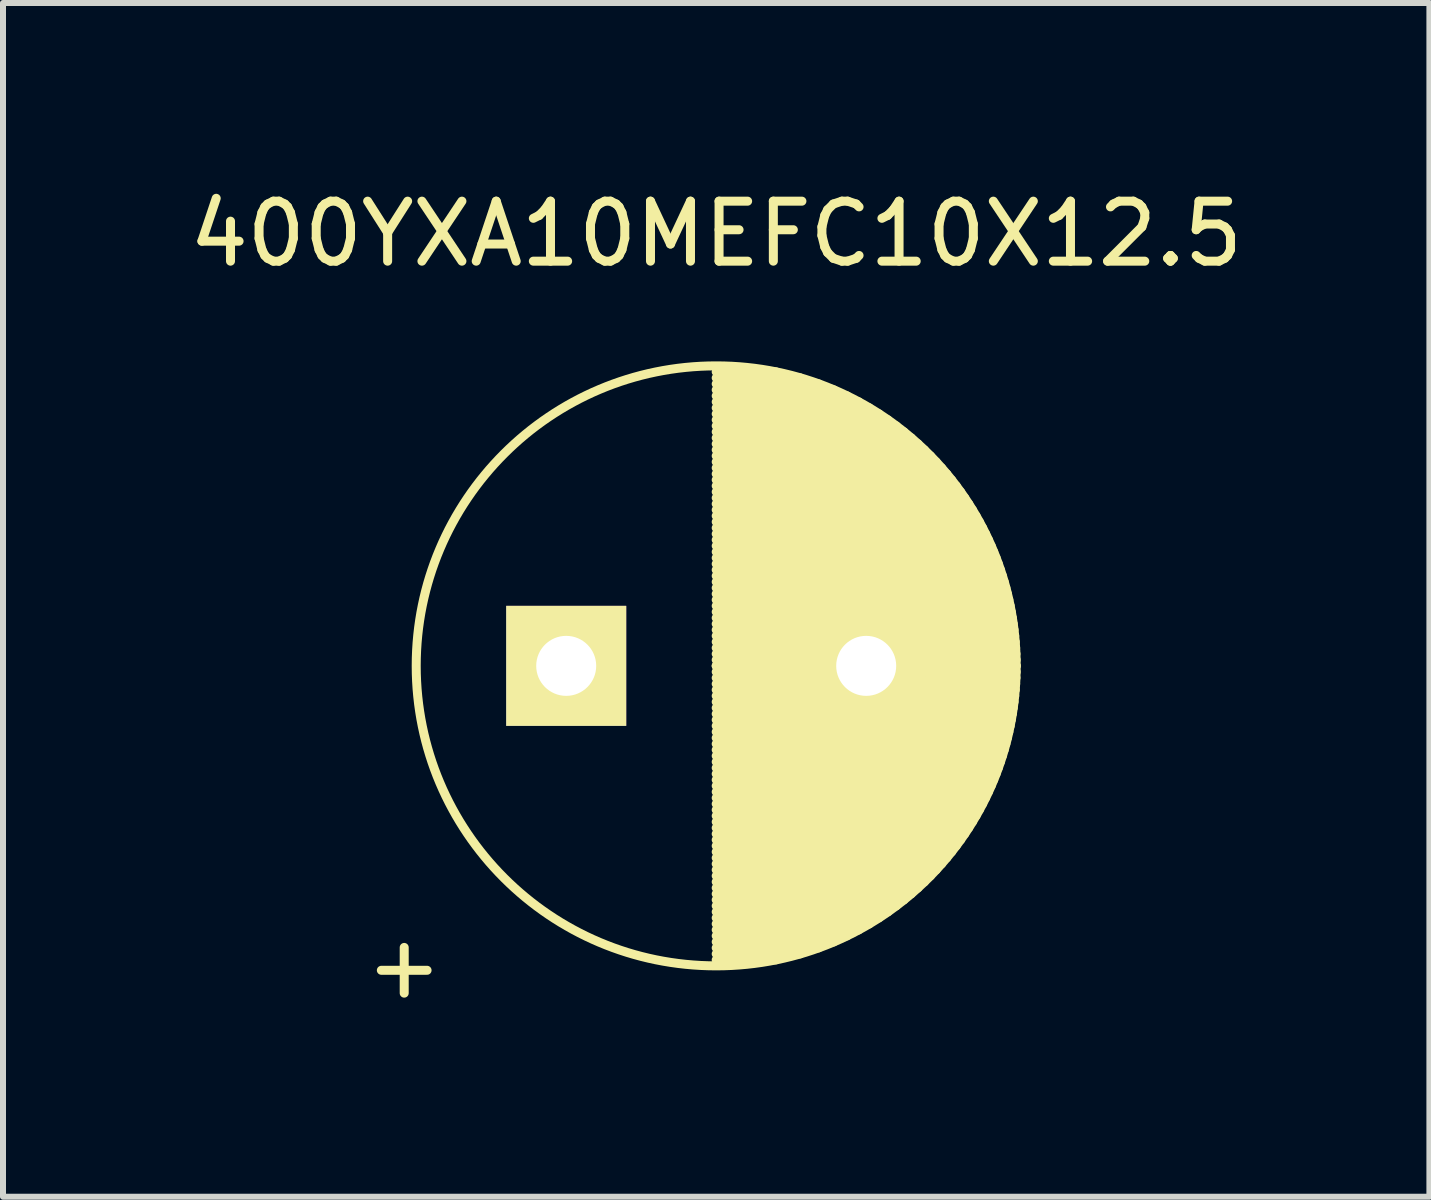
<source format=kicad_pcb>
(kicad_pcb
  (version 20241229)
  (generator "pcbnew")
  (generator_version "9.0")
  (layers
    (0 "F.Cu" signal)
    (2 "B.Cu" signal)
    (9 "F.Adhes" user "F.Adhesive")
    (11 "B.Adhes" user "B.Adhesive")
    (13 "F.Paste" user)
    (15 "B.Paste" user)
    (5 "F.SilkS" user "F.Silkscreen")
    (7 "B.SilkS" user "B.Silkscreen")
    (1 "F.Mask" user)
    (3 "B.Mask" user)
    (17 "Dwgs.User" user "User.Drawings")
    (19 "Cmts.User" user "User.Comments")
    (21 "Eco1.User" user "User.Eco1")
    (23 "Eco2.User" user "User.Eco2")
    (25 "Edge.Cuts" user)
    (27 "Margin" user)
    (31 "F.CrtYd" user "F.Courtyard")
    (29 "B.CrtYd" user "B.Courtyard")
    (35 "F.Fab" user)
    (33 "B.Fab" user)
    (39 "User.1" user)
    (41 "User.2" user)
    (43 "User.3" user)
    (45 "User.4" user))
  (footprint "400YXA10MEFC10X12.5"
    (layer "F.Cu")
    (at 6.387 8.048)
    (property "Reference" "400YXA10MEFC10X12.5" (at 2.5 -7.2 0) (layer "F.SilkS") (effects (font (size 1 1) (thickness 0.15))))
    (attr through_hole)
    (fp_line (start 2.5 -4.9) (end 3.495 -4.9) (stroke (width 0.15) (type solid)) (layer "F.SilkS"))
    (fp_line (start 2.5 -4.8) (end 3.9 -4.8) (stroke (width 0.15) (type solid)) (layer "F.SilkS"))
    (fp_line (start 2.5 -4.7) (end 4.206 -4.7) (stroke (width 0.15) (type solid)) (layer "F.SilkS"))
    (fp_line (start 2.5 -4.6) (end 4.46 -4.6) (stroke (width 0.15) (type solid)) (layer "F.SilkS"))
    (fp_line (start 2.5 -4.5) (end 4.679 -4.5) (stroke (width 0.15) (type solid)) (layer "F.SilkS"))
    (fp_line (start 2.5 -4.4) (end 4.875 -4.4) (stroke (width 0.15) (type solid)) (layer "F.SilkS"))
    (fp_line (start 2.5 -4.3) (end 5.051 -4.3) (stroke (width 0.15) (type solid)) (layer "F.SilkS"))
    (fp_line (start 2.5 -4.2) (end 5.213 -4.2) (stroke (width 0.15) (type solid)) (layer "F.SilkS"))
    (fp_line (start 2.5 -4.1) (end 5.362 -4.1) (stroke (width 0.15) (type solid)) (layer "F.SilkS"))
    (fp_line (start 2.5 -4) (end 5.5 -4) (stroke (width 0.15) (type solid)) (layer "F.SilkS"))
    (fp_line (start 2.5 -3.9) (end 5.629 -3.9) (stroke (width 0.15) (type solid)) (layer "F.SilkS"))
    (fp_line (start 2.5 -3.8) (end 5.75 -3.8) (stroke (width 0.15) (type solid)) (layer "F.SilkS"))
    (fp_line (start 2.5 -3.7) (end 5.863 -3.7) (stroke (width 0.15) (type solid)) (layer "F.SilkS"))
    (fp_line (start 2.5 -3.6) (end 5.97 -3.6) (stroke (width 0.15) (type solid)) (layer "F.SilkS"))
    (fp_line (start 2.5 -3.5) (end 6.071 -3.5) (stroke (width 0.15) (type solid)) (layer "F.SilkS"))
    (fp_line (start 2.5 -3.4) (end 6.166 -3.4) (stroke (width 0.15) (type solid)) (layer "F.SilkS"))
    (fp_line (start 2.5 -3.3) (end 6.256 -3.3) (stroke (width 0.15) (type solid)) (layer "F.SilkS"))
    (fp_line (start 2.5 -3.2) (end 6.342 -3.2) (stroke (width 0.15) (type solid)) (layer "F.SilkS"))
    (fp_line (start 2.5 -3.1) (end 6.423 -3.1) (stroke (width 0.15) (type solid)) (layer "F.SilkS"))
    (fp_line (start 2.5 -3) (end 6.5 -3) (stroke (width 0.15) (type solid)) (layer "F.SilkS"))
    (fp_line (start 2.5 -2.9) (end 6.573 -2.9) (stroke (width 0.15) (type solid)) (layer "F.SilkS"))
    (fp_line (start 2.5 -2.8) (end 6.642 -2.8) (stroke (width 0.15) (type solid)) (layer "F.SilkS"))
    (fp_line (start 2.5 -2.7) (end 6.708 -2.7) (stroke (width 0.15) (type solid)) (layer "F.SilkS"))
    (fp_line (start 2.5 -2.6) (end 6.771 -2.6) (stroke (width 0.15) (type solid)) (layer "F.SilkS"))
    (fp_line (start 2.5 -2.5) (end 6.83 -2.5) (stroke (width 0.15) (type solid)) (layer "F.SilkS"))
    (fp_line (start 2.5 -2.4) (end 6.886 -2.4) (stroke (width 0.15) (type solid)) (layer "F.SilkS"))
    (fp_line (start 2.5 -2.3) (end 6.94 -2.3) (stroke (width 0.15) (type solid)) (layer "F.SilkS"))
    (fp_line (start 2.5 -2.2) (end 6.99 -2.2) (stroke (width 0.15) (type solid)) (layer "F.SilkS"))
    (fp_line (start 2.5 -2.1) (end 7.038 -2.1) (stroke (width 0.15) (type solid)) (layer "F.SilkS"))
    (fp_line (start 2.5 -2) (end 7.083 -2) (stroke (width 0.15) (type solid)) (layer "F.SilkS"))
    (fp_line (start 2.5 -1.9) (end 7.125 -1.9) (stroke (width 0.15) (type solid)) (layer "F.SilkS"))
    (fp_line (start 2.5 -1.8) (end 7.165 -1.8) (stroke (width 0.15) (type solid)) (layer "F.SilkS"))
    (fp_line (start 2.5 -1.7) (end 7.202 -1.7) (stroke (width 0.15) (type solid)) (layer "F.SilkS"))
    (fp_line (start 2.5 -1.6) (end 7.237 -1.6) (stroke (width 0.15) (type solid)) (layer "F.SilkS"))
    (fp_line (start 2.5 -1.5) (end 7.27 -1.5) (stroke (width 0.15) (type solid)) (layer "F.SilkS"))
    (fp_line (start 2.5 -1.4) (end 7.3 -1.4) (stroke (width 0.15) (type solid)) (layer "F.SilkS"))
    (fp_line (start 2.5 -1.3) (end 7.328 -1.3) (stroke (width 0.15) (type solid)) (layer "F.SilkS"))
    (fp_line (start 2.5 -1.2) (end 7.354 -1.2) (stroke (width 0.15) (type solid)) (layer "F.SilkS"))
    (fp_line (start 2.5 -1.1) (end 7.377 -1.1) (stroke (width 0.15) (type solid)) (layer "F.SilkS"))
    (fp_line (start 2.5 -1) (end 7.399 -1) (stroke (width 0.15) (type solid)) (layer "F.SilkS"))
    (fp_line (start 2.5 -0.9) (end 7.418 -0.9) (stroke (width 0.15) (type solid)) (layer "F.SilkS"))
    (fp_line (start 2.5 -0.8) (end 7.436 -0.8) (stroke (width 0.15) (type solid)) (layer "F.SilkS"))
    (fp_line (start 2.5 -0.7) (end 7.451 -0.7) (stroke (width 0.15) (type solid)) (layer "F.SilkS"))
    (fp_line (start 2.5 -0.6) (end 7.464 -0.6) (stroke (width 0.15) (type solid)) (layer "F.SilkS"))
    (fp_line (start 2.5 -0.5) (end 7.475 -0.5) (stroke (width 0.15) (type solid)) (layer "F.SilkS"))
    (fp_line (start 2.5 -0.4) (end 7.484 -0.4) (stroke (width 0.15) (type solid)) (layer "F.SilkS"))
    (fp_line (start 2.5 -0.3) (end 7.491 -0.3) (stroke (width 0.15) (type solid)) (layer "F.SilkS"))
    (fp_line (start 2.5 -0.2) (end 7.496 -0.2) (stroke (width 0.15) (type solid)) (layer "F.SilkS"))
    (fp_line (start 2.5 -0.1) (end 7.499 -0.1) (stroke (width 0.15) (type solid)) (layer "F.SilkS"))
    (fp_line (start 2.5 0) (end 7.5 0) (stroke (width 0.15) (type solid)) (layer "F.SilkS"))
    (fp_line (start 2.5 0) (end 7.5 0) (stroke (width 0.15) (type solid)) (layer "F.SilkS"))
    (fp_line (start 2.5 0.1) (end 7.499 0.1) (stroke (width 0.15) (type solid)) (layer "F.SilkS"))
    (fp_line (start 2.5 0.2) (end 7.496 0.2) (stroke (width 0.15) (type solid)) (layer "F.SilkS"))
    (fp_line (start 2.5 0.3) (end 7.491 0.3) (stroke (width 0.15) (type solid)) (layer "F.SilkS"))
    (fp_line (start 2.5 0.4) (end 7.484 0.4) (stroke (width 0.15) (type solid)) (layer "F.SilkS"))
    (fp_line (start 2.5 0.5) (end 7.475 0.5) (stroke (width 0.15) (type solid)) (layer "F.SilkS"))
    (fp_line (start 2.5 0.6) (end 7.464 0.6) (stroke (width 0.15) (type solid)) (layer "F.SilkS"))
    (fp_line (start 2.5 0.7) (end 7.451 0.7) (stroke (width 0.15) (type solid)) (layer "F.SilkS"))
    (fp_line (start 2.5 0.8) (end 7.436 0.8) (stroke (width 0.15) (type solid)) (layer "F.SilkS"))
    (fp_line (start 2.5 0.9) (end 7.418 0.9) (stroke (width 0.15) (type solid)) (layer "F.SilkS"))
    (fp_line (start 2.5 1) (end 7.399 1) (stroke (width 0.15) (type solid)) (layer "F.SilkS"))
    (fp_line (start 2.5 1.1) (end 7.377 1.1) (stroke (width 0.15) (type solid)) (layer "F.SilkS"))
    (fp_line (start 2.5 1.2) (end 7.354 1.2) (stroke (width 0.15) (type solid)) (layer "F.SilkS"))
    (fp_line (start 2.5 1.3) (end 7.328 1.3) (stroke (width 0.15) (type solid)) (layer "F.SilkS"))
    (fp_line (start 2.5 1.4) (end 7.3 1.4) (stroke (width 0.15) (type solid)) (layer "F.SilkS"))
    (fp_line (start 2.5 1.5) (end 7.27 1.5) (stroke (width 0.15) (type solid)) (layer "F.SilkS"))
    (fp_line (start 2.5 1.6) (end 7.237 1.6) (stroke (width 0.15) (type solid)) (layer "F.SilkS"))
    (fp_line (start 2.5 1.7) (end 7.202 1.7) (stroke (width 0.15) (type solid)) (layer "F.SilkS"))
    (fp_line (start 2.5 1.8) (end 7.165 1.8) (stroke (width 0.15) (type solid)) (layer "F.SilkS"))
    (fp_line (start 2.5 1.9) (end 7.125 1.9) (stroke (width 0.15) (type solid)) (layer "F.SilkS"))
    (fp_line (start 2.5 2) (end 7.083 2) (stroke (width 0.15) (type solid)) (layer "F.SilkS"))
    (fp_line (start 2.5 2.1) (end 7.038 2.1) (stroke (width 0.15) (type solid)) (layer "F.SilkS"))
    (fp_line (start 2.5 2.2) (end 6.99 2.2) (stroke (width 0.15) (type solid)) (layer "F.SilkS"))
    (fp_line (start 2.5 2.3) (end 6.94 2.3) (stroke (width 0.15) (type solid)) (layer "F.SilkS"))
    (fp_line (start 2.5 2.4) (end 6.886 2.4) (stroke (width 0.15) (type solid)) (layer "F.SilkS"))
    (fp_line (start 2.5 2.5) (end 6.83 2.5) (stroke (width 0.15) (type solid)) (layer "F.SilkS"))
    (fp_line (start 2.5 2.6) (end 6.771 2.6) (stroke (width 0.15) (type solid)) (layer "F.SilkS"))
    (fp_line (start 2.5 2.7) (end 6.708 2.7) (stroke (width 0.15) (type solid)) (layer "F.SilkS"))
    (fp_line (start 2.5 2.8) (end 6.642 2.8) (stroke (width 0.15) (type solid)) (layer "F.SilkS"))
    (fp_line (start 2.5 2.9) (end 6.573 2.9) (stroke (width 0.15) (type solid)) (layer "F.SilkS"))
    (fp_line (start 2.5 3) (end 6.5 3) (stroke (width 0.15) (type solid)) (layer "F.SilkS"))
    (fp_line (start 2.5 3.1) (end 6.423 3.1) (stroke (width 0.15) (type solid)) (layer "F.SilkS"))
    (fp_line (start 2.5 3.2) (end 6.342 3.2) (stroke (width 0.15) (type solid)) (layer "F.SilkS"))
    (fp_line (start 2.5 3.3) (end 6.256 3.3) (stroke (width 0.15) (type solid)) (layer "F.SilkS"))
    (fp_line (start 2.5 3.4) (end 6.166 3.4) (stroke (width 0.15) (type solid)) (layer "F.SilkS"))
    (fp_line (start 2.5 3.5) (end 6.071 3.5) (stroke (width 0.15) (type solid)) (layer "F.SilkS"))
    (fp_line (start 2.5 3.6) (end 5.97 3.6) (stroke (width 0.15) (type solid)) (layer "F.SilkS"))
    (fp_line (start 2.5 3.7) (end 5.863 3.7) (stroke (width 0.15) (type solid)) (layer "F.SilkS"))
    (fp_line (start 2.5 3.8) (end 5.75 3.8) (stroke (width 0.15) (type solid)) (layer "F.SilkS"))
    (fp_line (start 2.5 3.9) (end 5.629 3.9) (stroke (width 0.15) (type solid)) (layer "F.SilkS"))
    (fp_line (start 2.5 4) (end 5.5 4) (stroke (width 0.15) (type solid)) (layer "F.SilkS"))
    (fp_line (start 2.5 4.1) (end 5.362 4.1) (stroke (width 0.15) (type solid)) (layer "F.SilkS"))
    (fp_line (start 2.5 4.2) (end 5.213 4.2) (stroke (width 0.15) (type solid)) (layer "F.SilkS"))
    (fp_line (start 2.5 4.3) (end 5.051 4.3) (stroke (width 0.15) (type solid)) (layer "F.SilkS"))
    (fp_line (start 2.5 4.4) (end 4.875 4.4) (stroke (width 0.15) (type solid)) (layer "F.SilkS"))
    (fp_line (start 2.5 4.5) (end 4.679 4.5) (stroke (width 0.15) (type solid)) (layer "F.SilkS"))
    (fp_line (start 2.5 4.6) (end 4.46 4.6) (stroke (width 0.15) (type solid)) (layer "F.SilkS"))
    (fp_line (start 2.5 4.7) (end 4.206 4.7) (stroke (width 0.15) (type solid)) (layer "F.SilkS"))
    (fp_line (start 2.5 4.8) (end 3.9 4.8) (stroke (width 0.15) (type solid)) (layer "F.SilkS"))
    (fp_line (start 2.5 4.9) (end 3.495 4.9) (stroke (width 0.15) (type solid)) (layer "F.SilkS"))
    (fp_circle (center 2.5 0) (end 2.5 -5) (stroke (width 0.15) (type solid)) (fill no) (layer "F.SilkS"))
    (fp_text user "+" (at -2.7 5 0) (layer "F.SilkS") (effects (font (size 1 1) (thickness 0.15))))
    (pad "1" thru_hole rect (at 0 0) (size 2 2) (drill 1) (layers "*.Cu" "*.Mask" "F.SilkS"))
    (pad "2" thru_hole circle (at 5 0) (size 2 2) (drill 1) (layers "*.Cu" "*.Mask" "F.SilkS")))
  (gr_rect
    (start -3 -3)
    (end 20.774 16.896)
    (stroke (width 0.1) (type default))
    (fill no)
    (layer "Edge.Cuts")))
</source>
